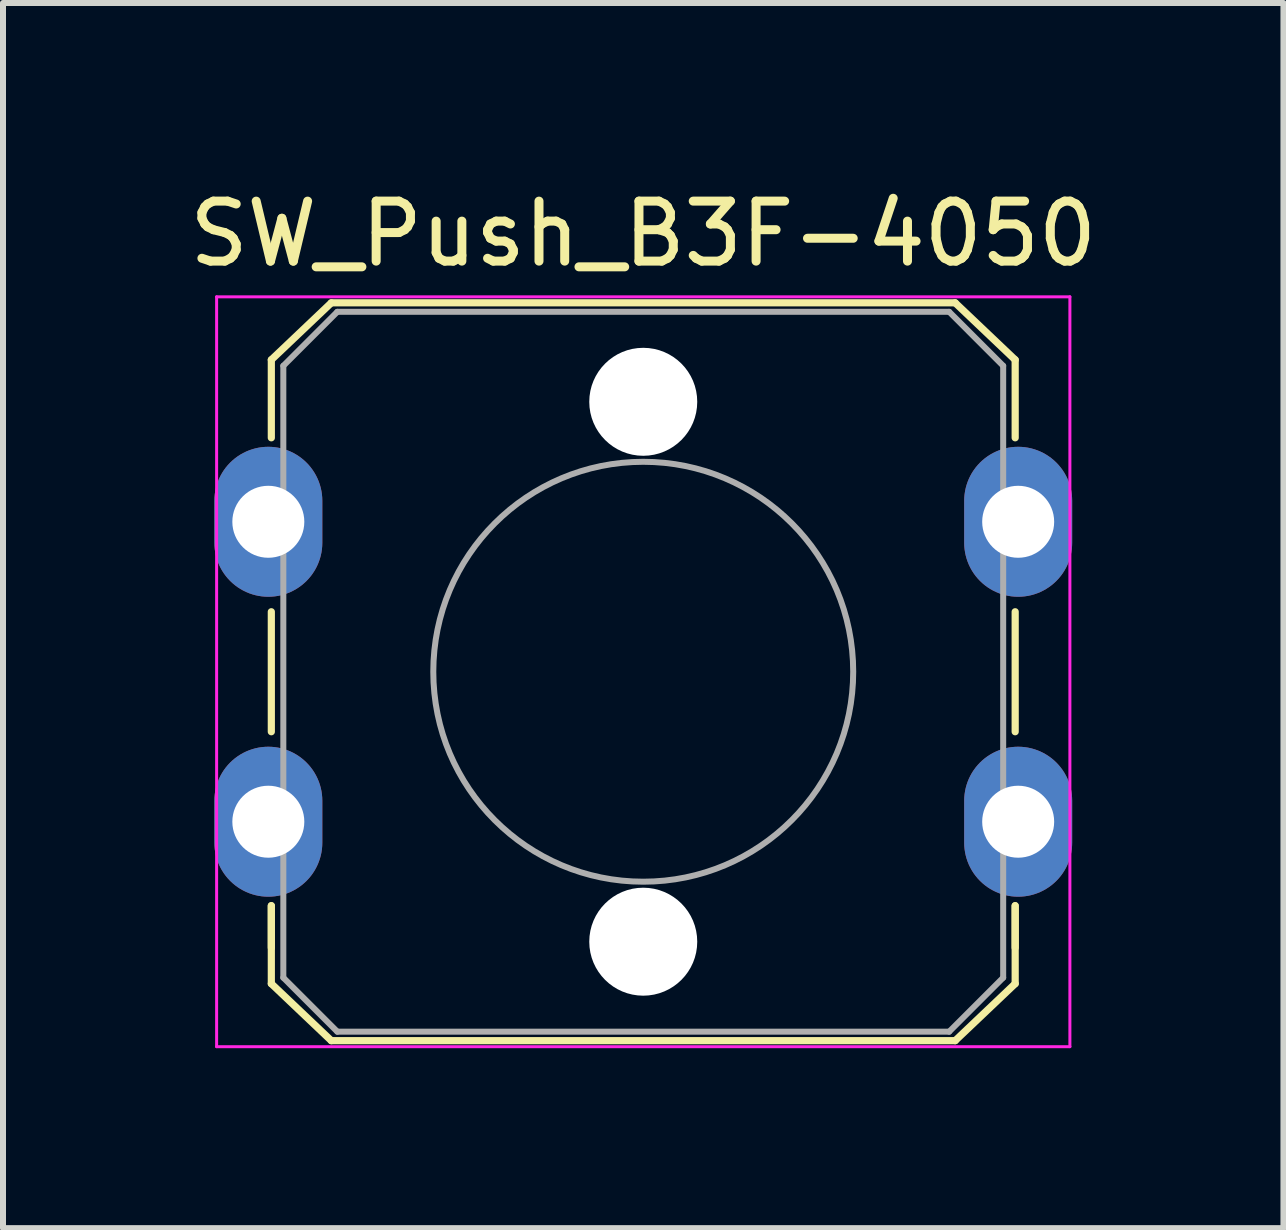
<source format=kicad_pcb>
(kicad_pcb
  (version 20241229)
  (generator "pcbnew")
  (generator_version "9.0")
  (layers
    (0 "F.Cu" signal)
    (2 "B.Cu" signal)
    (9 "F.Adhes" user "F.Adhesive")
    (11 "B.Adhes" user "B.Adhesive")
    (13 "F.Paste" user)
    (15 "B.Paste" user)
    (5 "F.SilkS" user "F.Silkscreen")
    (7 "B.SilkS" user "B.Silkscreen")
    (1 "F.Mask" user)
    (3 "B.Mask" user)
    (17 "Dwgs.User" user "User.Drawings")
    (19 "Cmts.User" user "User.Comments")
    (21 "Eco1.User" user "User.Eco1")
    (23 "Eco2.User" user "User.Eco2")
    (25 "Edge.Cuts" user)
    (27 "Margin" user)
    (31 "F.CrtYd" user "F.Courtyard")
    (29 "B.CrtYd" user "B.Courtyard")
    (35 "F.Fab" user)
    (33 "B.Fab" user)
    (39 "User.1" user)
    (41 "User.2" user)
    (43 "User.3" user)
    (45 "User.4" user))
  (footprint "SW_Push_B3F-4050"
    (layer "F.Cu")
    (at 7.673 8.148)
    (property "Reference" "SW_Push_B3F-4050" (at 0 -7.3 180) (layer "F.SilkS") (effects (font (size 1 1) (thickness 0.15))))
    (attr smd)
    (fp_line (start -6.2 -5.2) (end -5.2 -6.15) (stroke (width 0.12) (type solid)) (layer "F.SilkS"))
    (fp_line (start -6.2 -3.9) (end -6.2 -5.2) (stroke (width 0.12) (type solid)) (layer "F.SilkS"))
    (fp_line (start -6.2 -1) (end -6.2 1) (stroke (width 0.12) (type solid)) (layer "F.SilkS"))
    (fp_line (start -6.2 3.9) (end -6.2 4.6) (stroke (width 0.12) (type solid)) (layer "F.SilkS"))
    (fp_line (start -6.2 3.9) (end -6.2 5.2) (stroke (width 0.12) (type solid)) (layer "F.SilkS"))
    (fp_line (start -5.2 -6.15) (end 5.2 -6.15) (stroke (width 0.12) (type solid)) (layer "F.SilkS"))
    (fp_line (start -5.2 6.15) (end -6.2 5.2) (stroke (width 0.12) (type solid)) (layer "F.SilkS"))
    (fp_line (start -5.2 6.15) (end 5.2 6.15) (stroke (width 0.12) (type solid)) (layer "F.SilkS"))
    (fp_line (start 5.2 -6.15) (end 6.2 -5.2) (stroke (width 0.12) (type solid)) (layer "F.SilkS"))
    (fp_line (start 6.2 -3.9) (end 6.2 -5.2) (stroke (width 0.12) (type solid)) (layer "F.SilkS"))
    (fp_line (start 6.2 -1) (end 6.2 1) (stroke (width 0.12) (type solid)) (layer "F.SilkS"))
    (fp_line (start 6.2 3.9) (end 6.2 4.6) (stroke (width 0.12) (type solid)) (layer "F.SilkS"))
    (fp_line (start 6.2 3.9) (end 6.2 5.2) (stroke (width 0.12) (type solid)) (layer "F.SilkS"))
    (fp_line (start 6.2 5.2) (end 5.2 6.15) (stroke (width 0.12) (type solid)) (layer "F.SilkS"))
    (fp_line (start -7.112 -6.25) (end 7.112 -6.25) (stroke (width 0.05) (type solid)) (layer "F.CrtYd"))
    (fp_line (start -7.112 6.25) (end -7.112 -6.25) (stroke (width 0.05) (type solid)) (layer "F.CrtYd"))
    (fp_line (start 7.112 -6.25) (end 7.112 6.25) (stroke (width 0.05) (type solid)) (layer "F.CrtYd"))
    (fp_line (start 7.112 6.25) (end -7.112 6.25) (stroke (width 0.05) (type solid)) (layer "F.CrtYd"))
    (fp_line (start -6 -5.1) (end -6 5.1) (stroke (width 0.1) (type solid)) (layer "F.Fab"))
    (fp_line (start -6 -5.1) (end -5.1 -6) (stroke (width 0.1) (type solid)) (layer "F.Fab"))
    (fp_line (start -5.1 6) (end -6 5.1) (stroke (width 0.1) (type solid)) (layer "F.Fab"))
    (fp_line (start -5.1 6) (end 5.1 6) (stroke (width 0.1) (type solid)) (layer "F.Fab"))
    (fp_line (start 5.1 -6) (end -5.1 -6) (stroke (width 0.1) (type solid)) (layer "F.Fab"))
    (fp_line (start 5.1 -6) (end 6 -5.1) (stroke (width 0.1) (type solid)) (layer "F.Fab"))
    (fp_line (start 6 5.1) (end 5.1 6) (stroke (width 0.1) (type solid)) (layer "F.Fab"))
    (fp_line (start 6 5.1) (end 6 -5.1) (stroke (width 0.1) (type solid)) (layer "F.Fab"))
    (fp_circle (center 0 0) (end 3.5 0) (stroke (width 0.1) (type solid)) (fill no) (layer "F.Fab"))
    (pad "" np_thru_hole circle (at 0 -4.5) (size 1.8 1.8) (drill 1.8) (layers "*.Cu" "*.Mask"))
    (pad "" np_thru_hole circle (at 0 4.5) (size 1.8 1.8) (drill 1.8) (layers "*.Cu" "*.Mask"))
    (pad "1" thru_hole oval (at -6.25 -2.5) (size 1.8 2.5) (drill 1.2) (layers "*.Cu" "*.Mask"))
    (pad "1" thru_hole oval (at 6.25 -2.5) (size 1.8 2.5) (drill 1.2) (layers "*.Cu" "*.Mask"))
    (pad "2" thru_hole oval (at -6.25 2.5) (size 1.8 2.5) (drill 1.2) (layers "*.Cu" "*.Mask"))
    (pad "2" thru_hole oval (at 6.25 2.5) (size 1.8 2.5) (drill 1.2) (layers "*.Cu" "*.Mask")))
  (gr_rect
    (start -3 -3)
    (end 18.345 17.423)
    (stroke (width 0.1) (type default))
    (fill no)
    (layer "Edge.Cuts")))
</source>
